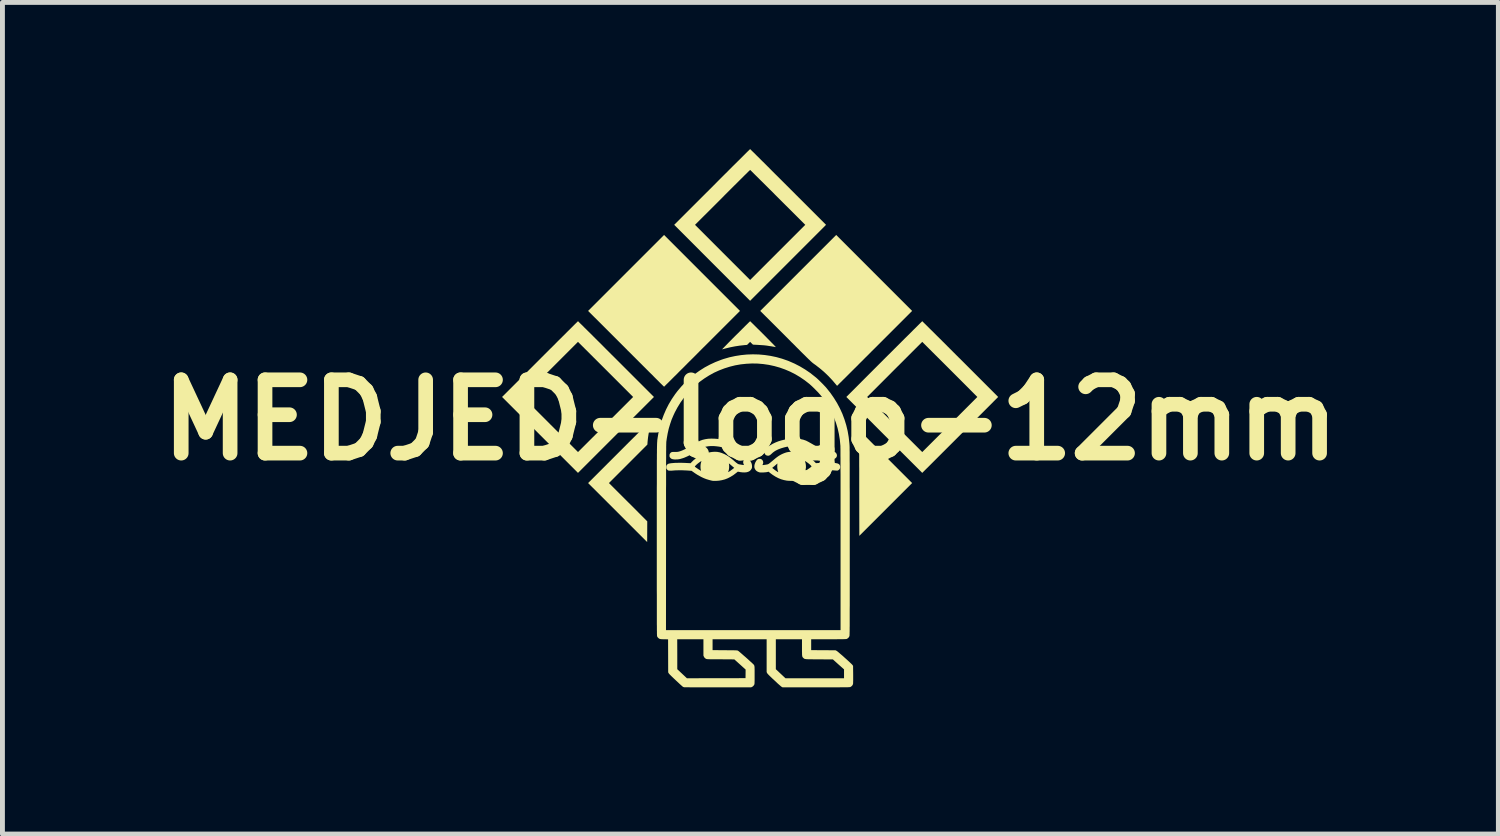
<source format=kicad_pcb>
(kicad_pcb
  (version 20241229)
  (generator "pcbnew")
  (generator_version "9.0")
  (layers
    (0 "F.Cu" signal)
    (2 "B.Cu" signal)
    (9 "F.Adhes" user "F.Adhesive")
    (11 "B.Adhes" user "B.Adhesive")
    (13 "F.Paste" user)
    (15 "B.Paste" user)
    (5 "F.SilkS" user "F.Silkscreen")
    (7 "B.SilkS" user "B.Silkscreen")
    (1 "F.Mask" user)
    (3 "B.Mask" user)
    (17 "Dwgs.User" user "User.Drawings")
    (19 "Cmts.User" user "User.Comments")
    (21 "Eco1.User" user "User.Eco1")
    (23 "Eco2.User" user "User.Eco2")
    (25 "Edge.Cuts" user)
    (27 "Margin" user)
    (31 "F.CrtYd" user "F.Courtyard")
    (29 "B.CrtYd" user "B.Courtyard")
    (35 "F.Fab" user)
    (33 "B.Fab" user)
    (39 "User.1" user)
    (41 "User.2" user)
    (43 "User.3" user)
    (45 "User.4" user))
  (footprint "MEDJED-logo-12mm"
    (layer "F.Cu")
    (at 12.3 5.541)
    (property "Reference" "MEDJED-logo-12mm" (at 0 0 0) (layer "F.SilkS") (effects (font (size 1.5 1.5) (thickness 0.3))))
    (attr board_only exclude_from_pos_files exclude_from_bom)
    (fp_poly (pts (xy -2.018 -0.006) (xy -2.02 0.004) (xy -2.024 0.018) (xy -2.028 0.032) (xy -2.044 0.092) (xy -2.059 0.156) (xy -2.072 0.223) (xy -2.084 0.291) (xy -2.094 0.357) (xy -2.101 0.42) (xy -2.105 0.463) (xy -2.107 0.502) (xy -2.5 0.896) (xy -2.894 1.29) (xy -2.502 1.681) (xy -2.11 2.073) (xy -2.111 2.285) (xy -2.112 2.497) (xy -2.716 1.893) (xy -3.32 1.29) (xy -2.669 0.639) (xy -2.61 0.58) (xy -2.551 0.521) (xy -2.495 0.465) (xy -2.441 0.411) (xy -2.388 0.359) (xy -2.338 0.309) (xy -2.291 0.262) (xy -2.247 0.218) (xy -2.206 0.177) (xy -2.168 0.139) (xy -2.134 0.105) (xy -2.104 0.075) (xy -2.078 0.049) (xy -2.056 0.028) (xy -2.039 0.011) (xy -2.026 -0.001) (xy -2.019 -0.008) (xy -2.017 -0.01)) (stroke (width 0) (type solid)) (fill yes) (layer "F.SilkS"))
    (fp_poly (pts (xy -0.99 -3.008) (xy -0.213 -2.231) (xy -0.989 -1.456) (xy -1.054 -1.391) (xy -1.117 -1.327) (xy -1.179 -1.265) (xy -1.24 -1.205) (xy -1.298 -1.147) (xy -1.353 -1.091) (xy -1.407 -1.038) (xy -1.457 -0.988) (xy -1.504 -0.94) (xy -1.549 -0.896) (xy -1.589 -0.856) (xy -1.626 -0.819) (xy -1.66 -0.785) (xy -1.689 -0.756) (xy -1.714 -0.732) (xy -1.734 -0.712) (xy -1.75 -0.696) (xy -1.76 -0.686) (xy -1.766 -0.681) (xy -1.766 -0.68) (xy -1.769 -0.683) (xy -1.777 -0.691) (xy -1.791 -0.704) (xy -1.809 -0.722) (xy -1.832 -0.744) (xy -1.859 -0.771) (xy -1.89 -0.803) (xy -1.926 -0.838) (xy -1.965 -0.877) (xy -2.007 -0.92) (xy -2.053 -0.965) (xy -2.102 -1.014) (xy -2.154 -1.066) (xy -2.209 -1.121) (xy -2.266 -1.178) (xy -2.325 -1.237) (xy -2.386 -1.298) (xy -2.449 -1.361) (xy -2.514 -1.425) (xy -2.544 -1.456) (xy -3.32 -2.231) (xy -2.543 -3.008) (xy -1.766 -3.785)) (stroke (width 0) (type solid)) (fill yes) (layer "F.SilkS"))
    (fp_poly (pts (xy 2.181 0.164) (xy 2.189 0.172) (xy 2.202 0.185) (xy 2.22 0.203) (xy 2.242 0.225) (xy 2.269 0.251) (xy 2.299 0.282) (xy 2.333 0.316) (xy 2.371 0.353) (xy 2.412 0.394) (xy 2.456 0.438) (xy 2.502 0.484) (xy 2.551 0.533) (xy 2.602 0.584) (xy 2.655 0.637) (xy 2.71 0.691) (xy 2.743 0.725) (xy 3.308 1.29) (xy 2.768 1.83) (xy 2.228 2.37) (xy 2.226 1.434) (xy 2.226 1.332) (xy 2.226 1.237) (xy 2.226 1.15) (xy 2.226 1.07) (xy 2.226 0.996) (xy 2.225 0.928) (xy 2.225 0.867) (xy 2.225 0.811) (xy 2.225 0.76) (xy 2.225 0.714) (xy 2.224 0.674) (xy 2.224 0.637) (xy 2.224 0.605) (xy 2.223 0.576) (xy 2.223 0.551) (xy 2.223 0.53) (xy 2.222 0.511) (xy 2.222 0.494) (xy 2.221 0.48) (xy 2.221 0.468) (xy 2.22 0.458) (xy 2.22 0.448) (xy 2.219 0.44) (xy 2.218 0.434) (xy 2.208 0.348) (xy 2.196 0.265) (xy 2.186 0.213) (xy 2.183 0.194) (xy 2.18 0.179) (xy 2.178 0.167) (xy 2.178 0.162) (xy 2.178 0.162)) (stroke (width 0) (type solid)) (fill yes) (layer "F.SilkS"))
    (fp_poly (pts (xy -3.524 -2.018) (xy -3.515 -2.01) (xy -3.502 -1.996) (xy -3.484 -1.978) (xy -3.461 -1.956) (xy -3.433 -1.929) (xy -3.402 -1.897) (xy -3.366 -1.862) (xy -3.327 -1.823) (xy -3.284 -1.781) (xy -3.238 -1.735) (xy -3.189 -1.686) (xy -3.137 -1.634) (xy -3.082 -1.58) (xy -3.025 -1.523) (xy -2.966 -1.463) (xy -2.905 -1.402) (xy -2.842 -1.339) (xy -2.777 -1.275) (xy -2.748 -1.246) (xy -1.973 -0.471) (xy -2.75 0.306) (xy -3.527 1.082) (xy -4.303 0.306) (xy -5.08 -0.471) (xy -5.08 -0.471) (xy -4.654 -0.471) (xy -4.09 0.093) (xy -3.527 0.656) (xy -2.963 0.093) (xy -2.399 -0.471) (xy -2.963 -1.035) (xy -3.527 -1.598) (xy -4.09 -1.035) (xy -4.654 -0.471) (xy -5.08 -0.471) (xy -4.305 -1.246) (xy -4.24 -1.311) (xy -4.177 -1.374) (xy -4.115 -1.436) (xy -4.054 -1.496) (xy -3.996 -1.554) (xy -3.941 -1.61) (xy -3.887 -1.663) (xy -3.837 -1.713) (xy -3.789 -1.76) (xy -3.745 -1.805) (xy -3.704 -1.845) (xy -3.667 -1.882) (xy -3.634 -1.915) (xy -3.605 -1.944) (xy -3.58 -1.969) (xy -3.559 -1.989) (xy -3.544 -2.004) (xy -3.533 -2.015) (xy -3.527 -2.02) (xy -3.527 -2.02)) (stroke (width 0) (type solid)) (fill yes) (layer "F.SilkS"))
    (fp_poly (pts (xy 3.518 -2.018) (xy 3.526 -2.01) (xy 3.54 -1.996) (xy 3.558 -1.978) (xy 3.581 -1.956) (xy 3.608 -1.929) (xy 3.64 -1.897) (xy 3.675 -1.862) (xy 3.715 -1.823) (xy 3.757 -1.781) (xy 3.803 -1.735) (xy 3.853 -1.686) (xy 3.905 -1.634) (xy 3.959 -1.58) (xy 4.016 -1.523) (xy 4.076 -1.463) (xy 4.137 -1.402) (xy 4.2 -1.339) (xy 4.264 -1.275) (xy 4.294 -1.246) (xy 5.068 -0.471) (xy 4.292 0.306) (xy 3.515 1.082) (xy 2.738 0.306) (xy 1.962 -0.471) (xy 1.962 -0.471) (xy 2.388 -0.471) (xy 2.951 0.093) (xy 3.515 0.656) (xy 4.079 0.093) (xy 4.642 -0.471) (xy 4.079 -1.035) (xy 3.515 -1.598) (xy 2.951 -1.035) (xy 2.388 -0.471) (xy 1.962 -0.471) (xy 2.736 -1.246) (xy 2.801 -1.311) (xy 2.865 -1.374) (xy 2.927 -1.436) (xy 2.987 -1.496) (xy 3.045 -1.554) (xy 3.101 -1.61) (xy 3.154 -1.663) (xy 3.205 -1.713) (xy 3.252 -1.76) (xy 3.297 -1.805) (xy 3.337 -1.845) (xy 3.375 -1.882) (xy 3.408 -1.915) (xy 3.437 -1.944) (xy 3.462 -1.969) (xy 3.482 -1.989) (xy 3.498 -2.004) (xy 3.509 -2.015) (xy 3.514 -2.02) (xy 3.515 -2.02)) (stroke (width 0) (type solid)) (fill yes) (layer "F.SilkS"))
    (fp_poly (pts (xy 2.531 -3.008) (xy 3.308 -2.231) (xy 2.542 -1.465) (xy 2.477 -1.401) (xy 2.414 -1.337) (xy 2.352 -1.276) (xy 2.293 -1.216) (xy 2.235 -1.159) (xy 2.18 -1.103) (xy 2.127 -1.051) (xy 2.077 -1.001) (xy 2.03 -0.954) (xy 1.986 -0.91) (xy 1.946 -0.87) (xy 1.909 -0.834) (xy 1.876 -0.801) (xy 1.848 -0.773) (xy 1.823 -0.749) (xy 1.804 -0.729) (xy 1.789 -0.714) (xy 1.779 -0.704) (xy 1.774 -0.7) (xy 1.774 -0.699) (xy 1.77 -0.702) (xy 1.763 -0.71) (xy 1.754 -0.721) (xy 1.748 -0.728) (xy 1.675 -0.814) (xy 1.596 -0.898) (xy 1.511 -0.979) (xy 1.422 -1.055) (xy 1.329 -1.127) (xy 1.299 -1.148) (xy 1.293 -1.153) (xy 1.287 -1.157) (xy 1.28 -1.162) (xy 1.273 -1.168) (xy 1.266 -1.174) (xy 1.257 -1.181) (xy 1.248 -1.19) (xy 1.236 -1.2) (xy 1.224 -1.212) (xy 1.209 -1.227) (xy 1.191 -1.243) (xy 1.172 -1.262) (xy 1.149 -1.284) (xy 1.124 -1.309) (xy 1.095 -1.338) (xy 1.063 -1.369) (xy 1.027 -1.405) (xy 0.988 -1.445) (xy 0.943 -1.489) (xy 0.895 -1.538) (xy 0.841 -1.591) (xy 0.783 -1.65) (xy 0.725 -1.708) (xy 0.201 -2.231) (xy 0.978 -3.008) (xy 1.755 -3.785)) (stroke (width 0) (type solid)) (fill yes) (layer "F.SilkS"))
    (fp_poly (pts (xy -0.003 -2.018) (xy 0.006 -2.01) (xy 0.019 -1.997) (xy 0.036 -1.98) (xy 0.058 -1.959) (xy 0.083 -1.934) (xy 0.111 -1.906) (xy 0.142 -1.875) (xy 0.176 -1.842) (xy 0.212 -1.806) (xy 0.249 -1.769) (xy 0.264 -1.754) (xy 0.314 -1.704) (xy 0.358 -1.659) (xy 0.397 -1.62) (xy 0.431 -1.585) (xy 0.46 -1.556) (xy 0.483 -1.532) (xy 0.5 -1.514) (xy 0.512 -1.5) (xy 0.519 -1.493) (xy 0.52 -1.49) (xy 0.52 -1.49) (xy 0.506 -1.493) (xy 0.486 -1.497) (xy 0.461 -1.501) (xy 0.435 -1.506) (xy 0.407 -1.51) (xy 0.38 -1.514) (xy 0.356 -1.518) (xy 0.336 -1.521) (xy 0.33 -1.522) (xy 0.277 -1.528) (xy 0.217 -1.532) (xy 0.152 -1.536) (xy 0.115 -1.538) (xy 0.052 -1.541) (xy 0.023 -1.569) (xy -0.006 -1.598) (xy -0.037 -1.567) (xy -0.068 -1.536) (xy -0.117 -1.532) (xy -0.218 -1.521) (xy -0.316 -1.506) (xy -0.413 -1.487) (xy -0.511 -1.463) (xy -0.579 -1.444) (xy -0.577 -1.446) (xy -0.571 -1.454) (xy -0.559 -1.466) (xy -0.543 -1.483) (xy -0.523 -1.504) (xy -0.499 -1.528) (xy -0.472 -1.556) (xy -0.442 -1.587) (xy -0.408 -1.621) (xy -0.373 -1.657) (xy -0.335 -1.695) (xy -0.299 -1.731) (xy -0.259 -1.77) (xy -0.221 -1.808) (xy -0.185 -1.844) (xy -0.151 -1.878) (xy -0.12 -1.909) (xy -0.092 -1.937) (xy -0.067 -1.961) (xy -0.046 -1.982) (xy -0.029 -1.999) (xy -0.016 -2.011) (xy -0.008 -2.018) (xy -0.006 -2.02)) (stroke (width 0) (type solid)) (fill yes) (layer "F.SilkS"))
    (fp_poly (pts (xy -0.003 -5.538) (xy 0.006 -5.53) (xy 0.019 -5.517) (xy 0.037 -5.499) (xy 0.06 -5.477) (xy 0.088 -5.45) (xy 0.119 -5.418) (xy 0.155 -5.383) (xy 0.194 -5.344) (xy 0.237 -5.301) (xy 0.283 -5.256) (xy 0.332 -5.207) (xy 0.384 -5.155) (xy 0.438 -5.1) (xy 0.495 -5.043) (xy 0.555 -4.984) (xy 0.616 -4.923) (xy 0.679 -4.86) (xy 0.743 -4.796) (xy 0.773 -4.766) (xy 1.547 -3.992) (xy 0.771 -3.215) (xy -0.006 -2.438) (xy -0.783 -3.215) (xy -1.559 -3.992) (xy -1.559 -3.992) (xy -1.133 -3.992) (xy -0.57 -3.428) (xy -0.006 -2.864) (xy 0.558 -3.428) (xy 1.122 -3.992) (xy 0.56 -4.553) (xy 0.504 -4.609) (xy 0.451 -4.663) (xy 0.398 -4.715) (xy 0.348 -4.765) (xy 0.3 -4.813) (xy 0.255 -4.858) (xy 0.212 -4.9) (xy 0.172 -4.94) (xy 0.136 -4.976) (xy 0.103 -5.008) (xy 0.074 -5.037) (xy 0.049 -5.062) (xy 0.029 -5.082) (xy 0.013 -5.098) (xy 0.001 -5.109) (xy -0.005 -5.114) (xy -0.006 -5.115) (xy -0.009 -5.112) (xy -0.017 -5.104) (xy -0.031 -5.091) (xy -0.049 -5.074) (xy -0.071 -5.051) (xy -0.098 -5.025) (xy -0.129 -4.995) (xy -0.163 -4.96) (xy -0.201 -4.923) (xy -0.242 -4.882) (xy -0.286 -4.838) (xy -0.333 -4.792) (xy -0.382 -4.743) (xy -0.433 -4.692) (xy -0.486 -4.639) (xy -0.54 -4.585) (xy -0.571 -4.553) (xy -1.133 -3.992) (xy -1.559 -3.992) (xy -0.784 -4.766) (xy -0.719 -4.831) (xy -0.656 -4.895) (xy -0.594 -4.957) (xy -0.534 -5.017) (xy -0.475 -5.075) (xy -0.42 -5.131) (xy -0.367 -5.184) (xy -0.316 -5.234) (xy -0.269 -5.281) (xy -0.224 -5.325) (xy -0.183 -5.366) (xy -0.146 -5.403) (xy -0.113 -5.436) (xy -0.084 -5.465) (xy -0.059 -5.49) (xy -0.038 -5.51) (xy -0.023 -5.525) (xy -0.012 -5.535) (xy -0.007 -5.541) (xy -0.006 -5.541)) (stroke (width 0) (type solid)) (fill yes) (layer "F.SilkS"))
    (fp_poly (pts (xy -0.74 0.382) (xy -0.674 0.387) (xy -0.608 0.397) (xy -0.542 0.411) (xy -0.478 0.429) (xy -0.416 0.452) (xy -0.358 0.477) (xy -0.327 0.494) (xy -0.296 0.514) (xy -0.266 0.534) (xy -0.239 0.555) (xy -0.216 0.576) (xy -0.197 0.595) (xy -0.183 0.613) (xy -0.176 0.628) (xy -0.172 0.651) (xy -0.175 0.674) (xy -0.184 0.694) (xy -0.198 0.711) (xy -0.218 0.723) (xy -0.237 0.729) (xy -0.254 0.73) (xy -0.27 0.725) (xy -0.287 0.716) (xy -0.306 0.701) (xy -0.316 0.691) (xy -0.355 0.658) (xy -0.397 0.63) (xy -0.444 0.605) (xy -0.475 0.592) (xy -0.528 0.573) (xy -0.584 0.557) (xy -0.641 0.545) (xy -0.698 0.538) (xy -0.754 0.533) (xy -0.808 0.533) (xy -0.859 0.537) (xy -0.906 0.545) (xy -0.948 0.557) (xy -0.971 0.566) (xy -0.981 0.571) (xy -0.996 0.579) (xy -1.015 0.59) (xy -1.038 0.603) (xy -1.063 0.618) (xy -1.089 0.633) (xy -1.09 0.634) (xy -1.141 0.663) (xy -1.185 0.689) (xy -1.225 0.711) (xy -1.261 0.73) (xy -1.294 0.746) (xy -1.324 0.759) (xy -1.352 0.771) (xy -1.38 0.781) (xy -1.408 0.789) (xy -1.43 0.796) (xy -1.459 0.802) (xy -1.491 0.806) (xy -1.524 0.807) (xy -1.554 0.807) (xy -1.58 0.804) (xy -1.587 0.803) (xy -1.606 0.797) (xy -1.621 0.79) (xy -1.634 0.779) (xy -1.643 0.768) (xy -1.65 0.759) (xy -1.653 0.751) (xy -1.655 0.74) (xy -1.655 0.727) (xy -1.654 0.711) (xy -1.652 0.7) (xy -1.647 0.69) (xy -1.644 0.685) (xy -1.629 0.667) (xy -1.61 0.657) (xy -1.587 0.653) (xy -1.575 0.653) (xy -1.539 0.654) (xy -1.509 0.653) (xy -1.483 0.651) (xy -1.461 0.646) (xy -1.456 0.645) (xy -1.431 0.637) (xy -1.404 0.627) (xy -1.376 0.615) (xy -1.344 0.6) (xy -1.309 0.583) (xy -1.271 0.562) (xy -1.227 0.537) (xy -1.178 0.508) (xy -1.161 0.498) (xy -1.134 0.482) (xy -1.107 0.467) (xy -1.082 0.453) (xy -1.06 0.441) (xy -1.042 0.431) (xy -1.03 0.425) (xy -1.028 0.424) (xy -0.979 0.406) (xy -0.924 0.393) (xy -0.866 0.384) (xy -0.804 0.381)) (stroke (width 0) (type solid)) (fill yes) (layer "F.SilkS"))
    (fp_poly (pts (xy 0.966 0.383) (xy 1.026 0.391) (xy 1.082 0.403) (xy 1.131 0.42) (xy 1.143 0.425) (xy 1.16 0.434) (xy 1.182 0.445) (xy 1.207 0.459) (xy 1.234 0.474) (xy 1.262 0.49) (xy 1.271 0.495) (xy 1.319 0.523) (xy 1.362 0.548) (xy 1.399 0.568) (xy 1.432 0.586) (xy 1.461 0.601) (xy 1.487 0.613) (xy 1.511 0.623) (xy 1.534 0.631) (xy 1.556 0.638) (xy 1.574 0.643) (xy 1.591 0.648) (xy 1.605 0.65) (xy 1.619 0.652) (xy 1.634 0.652) (xy 1.654 0.651) (xy 1.661 0.651) (xy 1.685 0.65) (xy 1.704 0.65) (xy 1.717 0.652) (xy 1.728 0.656) (xy 1.737 0.662) (xy 1.746 0.669) (xy 1.76 0.688) (xy 1.768 0.709) (xy 1.77 0.73) (xy 1.765 0.751) (xy 1.754 0.77) (xy 1.736 0.785) (xy 1.736 0.786) (xy 1.717 0.794) (xy 1.692 0.801) (xy 1.662 0.804) (xy 1.63 0.805) (xy 1.596 0.803) (xy 1.563 0.797) (xy 1.561 0.797) (xy 1.527 0.788) (xy 1.489 0.776) (xy 1.449 0.761) (xy 1.406 0.742) (xy 1.358 0.719) (xy 1.306 0.691) (xy 1.249 0.659) (xy 1.195 0.628) (xy 1.163 0.609) (xy 1.137 0.594) (xy 1.116 0.582) (xy 1.098 0.573) (xy 1.083 0.565) (xy 1.071 0.56) (xy 1.058 0.555) (xy 1.046 0.551) (xy 1.033 0.548) (xy 1.031 0.547) (xy 0.981 0.538) (xy 0.927 0.533) (xy 0.869 0.534) (xy 0.81 0.538) (xy 0.749 0.547) (xy 0.689 0.561) (xy 0.631 0.578) (xy 0.575 0.599) (xy 0.553 0.609) (xy 0.517 0.627) (xy 0.487 0.646) (xy 0.459 0.667) (xy 0.434 0.69) (xy 0.416 0.706) (xy 0.401 0.718) (xy 0.388 0.725) (xy 0.376 0.729) (xy 0.363 0.731) (xy 0.359 0.731) (xy 0.336 0.727) (xy 0.317 0.718) (xy 0.301 0.703) (xy 0.291 0.685) (xy 0.285 0.664) (xy 0.286 0.642) (xy 0.293 0.622) (xy 0.3 0.611) (xy 0.313 0.596) (xy 0.329 0.58) (xy 0.348 0.562) (xy 0.368 0.545) (xy 0.388 0.529) (xy 0.405 0.518) (xy 0.458 0.486) (xy 0.515 0.459) (xy 0.576 0.435) (xy 0.64 0.416) (xy 0.706 0.4) (xy 0.772 0.389) (xy 0.838 0.383) (xy 0.903 0.381)) (stroke (width 0) (type solid)) (fill yes) (layer "F.SilkS"))
    (fp_poly (pts (xy -0.682 0.652) (xy -0.676 0.653) (xy -0.631 0.661) (xy -0.584 0.676) (xy -0.536 0.696) (xy -0.489 0.72) (xy -0.449 0.745) (xy -0.417 0.768) (xy -0.382 0.796) (xy -0.344 0.827) (xy -0.33 0.84) (xy -0.315 0.853) (xy -0.298 0.867) (xy -0.281 0.881) (xy -0.278 0.882) (xy -0.264 0.893) (xy -0.252 0.9) (xy -0.24 0.905) (xy -0.225 0.908) (xy -0.22 0.909) (xy -0.191 0.914) (xy -0.167 0.918) (xy -0.149 0.92) (xy -0.138 0.921) (xy -0.134 0.92) (xy -0.134 0.916) (xy -0.137 0.907) (xy -0.14 0.901) (xy -0.147 0.879) (xy -0.148 0.857) (xy -0.142 0.835) (xy -0.13 0.817) (xy -0.114 0.802) (xy -0.095 0.793) (xy -0.078 0.79) (xy -0.063 0.791) (xy -0.047 0.796) (xy -0.04 0.799) (xy -0.028 0.807) (xy -0.018 0.816) (xy -0.008 0.829) (xy -0.004 0.835) (xy 0.013 0.865) (xy 0.025 0.893) (xy 0.031 0.92) (xy 0.033 0.946) (xy 0.033 0.964) (xy 0.031 0.978) (xy 0.028 0.989) (xy 0.024 0.997) (xy 0.007 1.023) (xy -0.015 1.044) (xy -0.043 1.059) (xy -0.077 1.069) (xy -0.116 1.073) (xy -0.16 1.072) (xy -0.21 1.066) (xy -0.221 1.063) (xy -0.257 1.057) (xy -0.288 1.081) (xy -0.347 1.126) (xy -0.405 1.162) (xy -0.463 1.192) (xy -0.522 1.215) (xy -0.583 1.231) (xy -0.641 1.241) (xy -0.666 1.243) (xy -0.693 1.245) (xy -0.719 1.246) (xy -0.743 1.246) (xy -0.763 1.245) (xy -0.774 1.244) (xy -0.789 1.241) (xy -0.81 1.236) (xy -0.833 1.23) (xy -0.858 1.223) (xy -0.881 1.216) (xy -0.901 1.21) (xy -0.909 1.207) (xy -0.95 1.191) (xy -0.994 1.171) (xy -1.041 1.146) (xy -1.088 1.119) (xy -1.133 1.09) (xy -1.168 1.065) (xy -0.455 1.065) (xy -0.451 1.065) (xy -0.444 1.061) (xy -0.431 1.053) (xy -0.421 1.047) (xy -0.407 1.037) (xy -0.39 1.024) (xy -0.372 1.011) (xy -0.364 1.005) (xy -0.331 0.979) (xy -0.348 0.965) (xy -0.358 0.957) (xy -0.372 0.945) (xy -0.387 0.932) (xy -0.402 0.919) (xy -0.416 0.907) (xy -0.428 0.897) (xy -0.436 0.891) (xy -0.44 0.888) (xy -0.44 0.888) (xy -0.44 0.892) (xy -0.439 0.901) (xy -0.437 0.909) (xy -0.435 0.94) (xy -0.435 0.974) (xy -0.439 1.007) (xy -0.446 1.038) (xy -0.452 1.053) (xy -0.455 1.061) (xy -0.455 1.065) (xy -1.168 1.065) (xy -1.173 1.062) (xy -1.203 1.04) (xy -1.257 1.036) (xy -1.3 1.033) (xy -1.345 1.031) (xy -1.391 1.029) (xy -1.435 1.029) (xy -1.478 1.029) (xy -1.516 1.03) (xy -1.548 1.031) (xy -1.555 1.032) (xy -1.579 1.034) (xy -1.603 1.036) (xy -1.625 1.037) (xy -1.642 1.037) (xy -1.646 1.037) (xy -1.665 1.037) (xy -1.679 1.033) (xy -1.691 1.027) (xy -1.703 1.015) (xy -1.709 1.007) (xy -1.716 0.998) (xy -1.72 0.989) (xy -1.721 0.979) (xy -1.721 0.965) (xy -1.721 0.951) (xy -1.137 0.951) (xy -1.134 0.956) (xy -1.127 0.963) (xy -1.126 0.964) (xy -1.118 0.97) (xy -1.105 0.979) (xy -1.09 0.989) (xy -1.073 1.001) (xy -1.056 1.012) (xy -1.04 1.022) (xy -1.027 1.031) (xy -1.017 1.037) (xy -1.012 1.039) (xy -1.012 1.039) (xy -1.011 1.036) (xy -1.012 1.028) (xy -1.013 1.027) (xy -1.019 0.997) (xy -1.021 0.963) (xy -1.02 0.927) (xy -1.016 0.893) (xy -1.008 0.864) (xy -1.005 0.852) (xy -1.002 0.844) (xy -1.002 0.841) (xy -1.006 0.842) (xy -1.015 0.847) (xy -1.027 0.855) (xy -1.038 0.862) (xy -1.053 0.873) (xy -1.069 0.885) (xy -1.086 0.899) (xy -1.102 0.913) (xy -1.116 0.927) (xy -1.127 0.938) (xy -1.135 0.947) (xy -1.137 0.951) (xy -1.721 0.951) (xy -1.721 0.95) (xy -1.719 0.939) (xy -1.715 0.93) (xy -1.71 0.922) (xy -1.7 0.91) (xy -1.688 0.901) (xy -1.683 0.898) (xy -1.669 0.893) (xy -1.647 0.888) (xy -1.62 0.884) (xy -1.586 0.881) (xy -1.549 0.878) (xy -1.507 0.877) (xy -1.463 0.876) (xy -1.416 0.876) (xy -1.368 0.877) (xy -1.322 0.879) (xy -1.224 0.884) (xy -1.199 0.858) (xy -1.159 0.819) (xy -1.113 0.784) (xy -1.064 0.751) (xy -1.011 0.723) (xy -0.955 0.698) (xy -0.899 0.678) (xy -0.842 0.663) (xy -0.787 0.654) (xy -0.733 0.65)) (stroke (width 0) (type solid)) (fill yes) (layer "F.SilkS"))
    (fp_poly (pts (xy 0.905 0.655) (xy 0.966 0.665) (xy 1.027 0.683) (xy 1.09 0.707) (xy 1.117 0.719) (xy 1.17 0.747) (xy 1.217 0.775) (xy 1.259 0.807) (xy 1.299 0.842) (xy 1.309 0.852) (xy 1.34 0.883) (xy 1.404 0.879) (xy 1.426 0.878) (xy 1.453 0.876) (xy 1.485 0.876) (xy 1.519 0.875) (xy 1.553 0.874) (xy 1.577 0.874) (xy 1.628 0.875) (xy 1.673 0.876) (xy 1.71 0.878) (xy 1.742 0.881) (xy 1.767 0.886) (xy 1.788 0.891) (xy 1.803 0.898) (xy 1.814 0.906) (xy 1.818 0.909) (xy 1.83 0.929) (xy 1.836 0.953) (xy 1.837 0.961) (xy 1.833 0.986) (xy 1.823 1.006) (xy 1.807 1.022) (xy 1.796 1.029) (xy 1.792 1.031) (xy 1.788 1.033) (xy 1.784 1.034) (xy 1.779 1.035) (xy 1.772 1.035) (xy 1.762 1.035) (xy 1.748 1.034) (xy 1.73 1.033) (xy 1.706 1.031) (xy 1.676 1.029) (xy 1.653 1.028) (xy 1.616 1.026) (xy 1.573 1.026) (xy 1.522 1.026) (xy 1.465 1.028) (xy 1.402 1.032) (xy 1.359 1.034) (xy 1.321 1.037) (xy 1.271 1.072) (xy 1.216 1.11) (xy 1.165 1.141) (xy 1.114 1.168) (xy 1.062 1.191) (xy 1.008 1.212) (xy 0.95 1.23) (xy 0.929 1.235) (xy 0.913 1.239) (xy 0.897 1.242) (xy 0.881 1.243) (xy 0.861 1.244) (xy 0.842 1.245) (xy 0.813 1.245) (xy 0.785 1.244) (xy 0.76 1.242) (xy 0.746 1.241) (xy 0.685 1.229) (xy 0.626 1.212) (xy 0.568 1.188) (xy 0.511 1.158) (xy 0.453 1.121) (xy 0.407 1.087) (xy 0.371 1.058) (xy 0.343 1.065) (xy 0.327 1.068) (xy 0.306 1.07) (xy 0.282 1.072) (xy 0.258 1.074) (xy 0.258 1.074) (xy 0.233 1.074) (xy 0.215 1.074) (xy 0.201 1.073) (xy 0.189 1.072) (xy 0.178 1.069) (xy 0.178 1.069) (xy 0.148 1.057) (xy 0.124 1.042) (xy 0.105 1.023) (xy 0.09 0.997) (xy 0.084 0.979) (xy 0.445 0.979) (xy 0.473 1.002) (xy 0.487 1.013) (xy 0.503 1.025) (xy 0.52 1.037) (xy 0.536 1.048) (xy 0.55 1.057) (xy 0.561 1.064) (xy 0.567 1.067) (xy 0.568 1.067) (xy 0.569 1.064) (xy 0.568 1.06) (xy 0.56 1.037) (xy 0.554 1.009) (xy 0.55 0.978) (xy 0.549 0.949) (xy 0.55 0.922) (xy 0.55 0.918) (xy 0.552 0.905) (xy 0.553 0.896) (xy 0.553 0.891) (xy 0.549 0.893) (xy 0.541 0.9) (xy 0.53 0.909) (xy 0.515 0.922) (xy 0.507 0.929) (xy 0.491 0.943) (xy 0.476 0.955) (xy 0.464 0.965) (xy 0.456 0.972) (xy 0.454 0.973) (xy 0.445 0.979) (xy 0.084 0.979) (xy 0.081 0.969) (xy 0.081 0.938) (xy 0.087 0.905) (xy 0.1 0.87) (xy 0.115 0.843) (xy 0.129 0.822) (xy 0.143 0.808) (xy 0.158 0.799) (xy 0.176 0.796) (xy 0.188 0.795) (xy 0.203 0.796) (xy 0.214 0.798) (xy 0.224 0.803) (xy 0.229 0.806) (xy 0.246 0.822) (xy 0.257 0.842) (xy 0.262 0.865) (xy 0.26 0.888) (xy 0.254 0.905) (xy 0.249 0.914) (xy 0.246 0.921) (xy 0.246 0.922) (xy 0.25 0.922) (xy 0.26 0.922) (xy 0.274 0.92) (xy 0.292 0.918) (xy 0.312 0.915) (xy 0.328 0.912) (xy 0.346 0.909) (xy 0.359 0.905) (xy 0.37 0.9) (xy 0.381 0.892) (xy 0.393 0.884) (xy 0.406 0.873) (xy 0.423 0.859) (xy 0.442 0.843) (xy 1.117 0.843) (xy 1.119 0.852) (xy 1.122 0.862) (xy 1.131 0.897) (xy 1.135 0.934) (xy 1.136 0.97) (xy 1.134 0.986) (xy 1.131 1.002) (xy 1.129 1.017) (xy 1.127 1.028) (xy 1.127 1.029) (xy 1.124 1.041) (xy 1.141 1.03) (xy 1.151 1.024) (xy 1.165 1.015) (xy 1.182 1.003) (xy 1.2 0.991) (xy 1.205 0.988) (xy 1.221 0.976) (xy 1.235 0.965) (xy 1.245 0.957) (xy 1.25 0.952) (xy 1.25 0.951) (xy 1.247 0.944) (xy 1.239 0.933) (xy 1.225 0.919) (xy 1.208 0.904) (xy 1.2 0.897) (xy 1.186 0.886) (xy 1.171 0.875) (xy 1.155 0.863) (xy 1.14 0.853) (xy 1.128 0.846) (xy 1.12 0.841) (xy 1.117 0.84) (xy 1.117 0.843) (xy 0.442 0.843) (xy 0.443 0.843) (xy 0.462 0.826) (xy 0.471 0.819) (xy 0.51 0.786) (xy 0.545 0.759) (xy 0.579 0.735) (xy 0.611 0.716) (xy 0.645 0.698) (xy 0.68 0.683) (xy 0.682 0.682) (xy 0.715 0.67) (xy 0.744 0.661) (xy 0.771 0.656) (xy 0.801 0.652) (xy 0.834 0.651) (xy 0.844 0.651)) (stroke (width 0) (type solid)) (fill yes) (layer "F.SilkS"))
    (fp_poly (pts (xy 0.172 -1.34) (xy 0.293 -1.329) (xy 0.413 -1.311) (xy 0.532 -1.286) (xy 0.649 -1.253) (xy 0.764 -1.213) (xy 0.787 -1.204) (xy 0.901 -1.154) (xy 1.012 -1.097) (xy 1.119 -1.033) (xy 1.222 -0.963) (xy 1.321 -0.885) (xy 1.341 -0.869) (xy 1.365 -0.848) (xy 1.393 -0.822) (xy 1.423 -0.793) (xy 1.454 -0.762) (xy 1.485 -0.731) (xy 1.513 -0.701) (xy 1.539 -0.674) (xy 1.557 -0.653) (xy 1.636 -0.554) (xy 1.707 -0.452) (xy 1.772 -0.347) (xy 1.83 -0.238) (xy 1.881 -0.127) (xy 1.924 -0.012) (xy 1.96 0.105) (xy 1.989 0.225) (xy 2.01 0.348) (xy 2.024 0.473) (xy 2.028 0.528) (xy 2.028 0.538) (xy 2.029 0.556) (xy 2.029 0.582) (xy 2.029 0.616) (xy 2.03 0.657) (xy 2.03 0.706) (xy 2.03 0.762) (xy 2.03 0.827) (xy 2.031 0.898) (xy 2.031 0.977) (xy 2.031 1.064) (xy 2.031 1.158) (xy 2.031 1.26) (xy 2.031 1.368) (xy 2.032 1.485) (xy 2.032 1.608) (xy 2.032 1.739) (xy 2.032 1.877) (xy 2.032 2.022) (xy 2.032 2.175) (xy 2.032 2.334) (xy 2.032 2.499) (xy 2.032 2.646) (xy 2.032 2.784) (xy 2.032 2.916) (xy 2.032 3.04) (xy 2.032 3.157) (xy 2.032 3.268) (xy 2.032 3.371) (xy 2.032 3.469) (xy 2.032 3.56) (xy 2.032 3.645) (xy 2.032 3.724) (xy 2.032 3.798) (xy 2.031 3.867) (xy 2.031 3.93) (xy 2.031 3.988) (xy 2.031 4.042) (xy 2.031 4.091) (xy 2.031 4.135) (xy 2.031 4.176) (xy 2.031 4.212) (xy 2.03 4.245) (xy 2.03 4.274) (xy 2.03 4.299) (xy 2.03 4.322) (xy 2.029 4.342) (xy 2.029 4.359) (xy 2.029 4.373) (xy 2.028 4.385) (xy 2.028 4.395) (xy 2.028 4.403) (xy 2.027 4.409) (xy 2.027 4.413) (xy 2.026 4.417) (xy 2.026 4.419) (xy 2.026 4.419) (xy 2.016 4.441) (xy 1.999 4.46) (xy 1.978 4.475) (xy 1.975 4.476) (xy 1.972 4.478) (xy 1.969 4.479) (xy 1.965 4.48) (xy 1.959 4.481) (xy 1.952 4.482) (xy 1.942 4.482) (xy 1.929 4.483) (xy 1.913 4.483) (xy 1.893 4.484) (xy 1.869 4.484) (xy 1.84 4.484) (xy 1.806 4.484) (xy 1.766 4.485) (xy 1.719 4.485) (xy 1.666 4.485) (xy 1.605 4.485) (xy 1.601 4.485) (xy 1.243 4.486) (xy 1.243 4.597) (xy 1.243 4.708) (xy 1.492 4.709) (xy 1.741 4.711) (xy 1.761 4.721) (xy 1.769 4.725) (xy 1.781 4.735) (xy 1.797 4.748) (xy 1.817 4.765) (xy 1.84 4.785) (xy 1.866 4.807) (xy 1.893 4.83) (xy 1.92 4.855) (xy 1.948 4.88) (xy 1.975 4.904) (xy 2.001 4.928) (xy 2.025 4.95) (xy 2.046 4.97) (xy 2.064 4.987) (xy 2.078 5.001) (xy 2.087 5.011) (xy 2.09 5.014) (xy 2.1 5.031) (xy 2.102 5.209) (xy 2.102 5.256) (xy 2.102 5.296) (xy 2.102 5.329) (xy 2.101 5.355) (xy 2.101 5.376) (xy 2.1 5.391) (xy 2.099 5.4) (xy 2.098 5.403) (xy 2.09 5.422) (xy 2.076 5.44) (xy 2.058 5.454) (xy 2.045 5.462) (xy 2.042 5.463) (xy 2.039 5.463) (xy 2.035 5.464) (xy 2.03 5.465) (xy 2.023 5.465) (xy 2.014 5.466) (xy 2.003 5.466) (xy 1.99 5.467) (xy 1.973 5.467) (xy 1.953 5.468) (xy 1.929 5.468) (xy 1.902 5.468) (xy 1.87 5.468) (xy 1.833 5.468) (xy 1.791 5.469) (xy 1.744 5.469) (xy 1.691 5.469) (xy 1.632 5.469) (xy 1.566 5.469) (xy 1.494 5.469) (xy 1.414 5.469) (xy 1.342 5.469) (xy 0.658 5.469) (xy 0.64 5.459) (xy 0.632 5.454) (xy 0.62 5.444) (xy 0.603 5.429) (xy 0.581 5.41) (xy 0.556 5.388) (xy 0.528 5.361) (xy 0.497 5.332) (xy 0.486 5.322) (xy 0.453 5.292) (xy 0.426 5.266) (xy 0.403 5.244) (xy 0.385 5.226) (xy 0.371 5.212) (xy 0.36 5.2) (xy 0.352 5.191) (xy 0.346 5.184) (xy 0.343 5.178) (xy 0.341 5.176) (xy 0.332 5.156) (xy 0.332 4.821) (xy 0.332 4.486) (xy 0.52 4.486) (xy 0.52 4.792) (xy 0.52 5.098) (xy 0.618 5.19) (xy 0.717 5.283) (xy 1.316 5.283) (xy 1.915 5.283) (xy 1.915 5.192) (xy 1.915 5.101) (xy 1.801 5) (xy 1.688 4.898) (xy 1.408 4.896) (xy 1.353 4.896) (xy 1.305 4.896) (xy 1.263 4.895) (xy 1.228 4.895) (xy 1.199 4.894) (xy 1.175 4.894) (xy 1.155 4.893) (xy 1.138 4.892) (xy 1.126 4.89) (xy 1.116 4.888) (xy 1.108 4.886) (xy 1.102 4.883) (xy 1.096 4.88) (xy 1.092 4.876) (xy 1.087 4.872) (xy 1.083 4.868) (xy 1.077 4.862) (xy 1.071 4.856) (xy 1.067 4.85) (xy 1.063 4.843) (xy 1.061 4.834) (xy 1.059 4.823) (xy 1.057 4.808) (xy 1.056 4.79) (xy 1.056 4.766) (xy 1.055 4.737) (xy 1.055 4.702) (xy 1.055 4.66) (xy 1.055 4.655) (xy 1.055 4.486) (xy 0.787 4.486) (xy 0.52 4.486) (xy 0.332 4.486) (xy -0.221 4.486) (xy -0.774 4.486) (xy -0.774 4.597) (xy -0.774 4.708) (xy -0.523 4.709) (xy -0.472 4.71) (xy -0.429 4.71) (xy -0.392 4.71) (xy -0.362 4.711) (xy -0.336 4.711) (xy -0.316 4.712) (xy -0.3 4.712) (xy -0.287 4.713) (xy -0.277 4.713) (xy -0.27 4.714) (xy -0.265 4.716) (xy -0.26 4.717) (xy -0.257 4.718) (xy -0.254 4.72) (xy -0.248 4.724) (xy -0.237 4.732) (xy -0.222 4.745) (xy -0.203 4.761) (xy -0.181 4.78) (xy -0.157 4.801) (xy -0.131 4.824) (xy -0.104 4.847) (xy -0.077 4.871) (xy -0.05 4.895) (xy -0.025 4.918) (xy -0.001 4.94) (xy 0.021 4.959) (xy 0.039 4.976) (xy 0.053 4.99) (xy 0.063 4.999) (xy 0.067 5.004) (xy 0.071 5.009) (xy 0.075 5.015) (xy 0.078 5.021) (xy 0.08 5.028) (xy 0.082 5.037) (xy 0.084 5.05) (xy 0.085 5.065) (xy 0.085 5.085) (xy 0.086 5.109) (xy 0.086 5.14) (xy 0.086 5.176) (xy 0.086 5.22) (xy 0.086 5.262) (xy 0.086 5.297) (xy 0.086 5.326) (xy 0.085 5.349) (xy 0.085 5.368) (xy 0.084 5.382) (xy 0.084 5.393) (xy 0.083 5.4) (xy 0.081 5.406) (xy 0.08 5.411) (xy 0.079 5.414) (xy 0.064 5.436) (xy 0.044 5.454) (xy 0.031 5.461) (xy 0.014 5.469) (xy -0.662 5.469) (xy -0.735 5.469) (xy -0.805 5.469) (xy -0.873 5.469) (xy -0.938 5.469) (xy -1 5.469) (xy -1.059 5.469) (xy -1.113 5.469) (xy -1.163 5.469) (xy -1.208 5.469) (xy -1.248 5.468) (xy -1.283 5.468) (xy -1.311 5.468) (xy -1.332 5.467) (xy -1.347 5.467) (xy -1.355 5.467) (xy -1.355 5.467) (xy -1.369 5.463) (xy -1.381 5.458) (xy -1.383 5.456) (xy -1.388 5.452) (xy -1.398 5.443) (xy -1.413 5.43) (xy -1.431 5.414) (xy -1.453 5.394) (xy -1.477 5.371) (xy -1.503 5.347) (xy -1.53 5.322) (xy -1.564 5.29) (xy -1.593 5.262) (xy -1.617 5.239) (xy -1.636 5.22) (xy -1.651 5.205) (xy -1.662 5.193) (xy -1.669 5.184) (xy -1.673 5.178) (xy -1.674 5.178) (xy -1.682 5.16) (xy -1.683 4.823) (xy -1.684 4.487) (xy -1.724 4.486) (xy -1.497 4.486) (xy -1.496 4.792) (xy -1.496 5.098) (xy -1.398 5.19) (xy -1.299 5.283) (xy -0.699 5.282) (xy -0.1 5.281) (xy -0.099 5.193) (xy -0.098 5.105) (xy -0.213 5.001) (xy -0.329 4.897) (xy -0.609 4.895) (xy -0.663 4.895) (xy -0.709 4.895) (xy -0.749 4.895) (xy -0.783 4.895) (xy -0.811 4.894) (xy -0.834 4.894) (xy -0.853 4.893) (xy -0.868 4.893) (xy -0.879 4.892) (xy -0.888 4.891) (xy -0.894 4.89) (xy -0.899 4.889) (xy -0.903 4.888) (xy -0.905 4.887) (xy -0.927 4.874) (xy -0.944 4.855) (xy -0.952 4.84) (xy -0.961 4.82) (xy -0.961 4.653) (xy -0.961 4.486) (xy -1.229 4.486) (xy -1.497 4.486) (xy -1.724 4.486) (xy -1.763 4.485) (xy -1.792 4.485) (xy -1.814 4.484) (xy -1.83 4.483) (xy -1.842 4.481) (xy -1.851 4.479) (xy -1.858 4.477) (xy -1.879 4.464) (xy -1.896 4.447) (xy -1.907 4.429) (xy -1.908 4.428) (xy -1.908 4.426) (xy -1.909 4.424) (xy -1.909 4.421) (xy -1.91 4.417) (xy -1.91 4.411) (xy -1.911 4.405) (xy -1.911 4.396) (xy -1.911 4.386) (xy -1.912 4.374) (xy -1.912 4.359) (xy -1.912 4.343) (xy -1.912 4.323) (xy -1.913 4.301) (xy -1.913 4.298) (xy -1.727 4.298) (xy 0.059 4.298) (xy 1.844 4.298) (xy 1.844 2.441) (xy 1.844 2.273) (xy 1.844 2.113) (xy 1.844 1.96) (xy 1.844 1.815) (xy 1.844 1.677) (xy 1.844 1.547) (xy 1.844 1.425) (xy 1.844 1.31) (xy 1.844 1.204) (xy 1.844 1.105) (xy 1.843 1.013) (xy 1.843 0.93) (xy 1.843 0.854) (xy 1.843 0.785) (xy 1.842 0.725) (xy 1.842 0.672) (xy 1.842 0.627) (xy 1.842 0.59) (xy 1.841 0.561) (xy 1.841 0.539) (xy 1.841 0.526) (xy 1.84 0.522) (xy 1.829 0.402) (xy 1.81 0.285) (xy 1.784 0.17) (xy 1.75 0.058) (xy 1.709 -0.051) (xy 1.661 -0.157) (xy 1.605 -0.261) (xy 1.543 -0.361) (xy 1.473 -0.459) (xy 1.426 -0.518) (xy 1.41 -0.536) (xy 1.39 -0.559) (xy 1.366 -0.584) (xy 1.339 -0.611) (xy 1.312 -0.639) (xy 1.284 -0.666) (xy 1.258 -0.691) (xy 1.234 -0.713) (xy 1.214 -0.731) (xy 1.206 -0.738) (xy 1.111 -0.812) (xy 1.014 -0.878) (xy 0.915 -0.937) (xy 0.812 -0.989) (xy 0.706 -1.034) (xy 0.605 -1.07) (xy 0.493 -1.102) (xy 0.379 -1.127) (xy 0.264 -1.144) (xy 0.149 -1.154) (xy 0.034 -1.156) (xy -0.082 -1.15) (xy -0.197 -1.138) (xy -0.311 -1.118) (xy -0.423 -1.09) (xy -0.534 -1.055) (xy -0.643 -1.013) (xy -0.744 -0.967) (xy -0.845 -0.911) (xy -0.943 -0.849) (xy -1.037 -0.781) (xy -1.126 -0.707) (xy -1.21 -0.627) (xy -1.289 -0.542) (xy -1.362 -0.452) (xy -1.43 -0.358) (xy -1.491 -0.259) (xy -1.546 -0.156) (xy -1.574 -0.096) (xy -1.612 -0.007) (xy -1.643 0.085) (xy -1.671 0.179) (xy -1.693 0.277) (xy -1.711 0.38) (xy -1.718 0.43) (xy -1.719 0.434) (xy -1.719 0.439) (xy -1.72 0.444) (xy -1.72 0.451) (xy -1.721 0.458) (xy -1.721 0.467) (xy -1.721 0.478) (xy -1.722 0.49) (xy -1.722 0.504) (xy -1.722 0.52) (xy -1.723 0.538) (xy -1.723 0.56) (xy -1.723 0.583) (xy -1.723 0.61) (xy -1.724 0.641) (xy -1.724 0.674) (xy -1.724 0.711) (xy -1.724 0.752) (xy -1.724 0.797) (xy -1.725 0.847) (xy -1.725 0.9) (xy -1.725 0.959) (xy -1.725 1.022) (xy -1.725 1.09) (xy -1.725 1.164) (xy -1.725 1.243) (xy -1.725 1.328) (xy -1.726 1.419) (xy -1.726 1.516) (xy -1.726 1.619) (xy -1.726 1.729) (xy -1.726 1.845) (xy -1.726 1.969) (xy -1.726 2.1) (xy -1.726 2.238) (xy -1.726 2.383) (xy -1.726 2.391) (xy -1.727 4.298) (xy -1.913 4.298) (xy -1.913 4.275) (xy -1.913 4.247) (xy -1.913 4.215) (xy -1.914 4.179) (xy -1.914 4.139) (xy -1.914 4.096) (xy -1.914 4.048) (xy -1.914 3.995) (xy -1.914 3.938) (xy -1.914 3.876) (xy -1.914 3.809) (xy -1.914 3.737) (xy -1.914 3.659) (xy -1.914 3.576) (xy -1.915 3.486) (xy -1.915 3.391) (xy -1.915 3.289) (xy -1.915 3.181) (xy -1.915 3.066) (xy -1.915 2.944) (xy -1.915 2.815) (xy -1.915 2.678) (xy -1.915 2.535) (xy -1.915 2.474) (xy -1.915 2.325) (xy -1.915 2.184) (xy -1.915 2.05) (xy -1.915 1.924) (xy -1.915 1.804) (xy -1.915 1.692) (xy -1.915 1.585) (xy -1.915 1.486) (xy -1.915 1.392) (xy -1.914 1.304) (xy -1.914 1.222) (xy -1.914 1.145) (xy -1.914 1.074) (xy -1.914 1.007) (xy -1.914 0.946) (xy -1.914 0.889) (xy -1.914 0.837) (xy -1.913 0.789) (xy -1.913 0.744) (xy -1.913 0.704) (xy -1.912 0.667) (xy -1.912 0.634) (xy -1.912 0.603) (xy -1.911 0.576) (xy -1.911 0.551) (xy -1.91 0.529) (xy -1.91 0.509) (xy -1.909 0.491) (xy -1.909 0.476) (xy -1.908 0.461) (xy -1.907 0.449) (xy -1.906 0.437) (xy -1.906 0.427) (xy -1.905 0.417) (xy -1.904 0.408) (xy -1.903 0.399) (xy -1.902 0.391) (xy -1.9 0.382) (xy -1.899 0.374) (xy -1.898 0.364) (xy -1.897 0.36) (xy -1.877 0.241) (xy -1.85 0.124) (xy -1.815 0.008) (xy -1.773 -0.105) (xy -1.725 -0.216) (xy -1.67 -0.324) (xy -1.608 -0.428) (xy -1.54 -0.528) (xy -1.493 -0.59) (xy -1.412 -0.686) (xy -1.326 -0.776) (xy -1.235 -0.86) (xy -1.14 -0.938) (xy -1.04 -1.009) (xy -0.936 -1.075) (xy -0.828 -1.133) (xy -0.716 -1.185) (xy -0.6 -1.23) (xy -0.548 -1.248) (xy -0.431 -1.282) (xy -0.312 -1.308) (xy -0.192 -1.327) (xy -0.071 -1.339) (xy 0.05 -1.343)) (stroke (width 0) (type solid)) (fill yes) (layer "F.SilkS")))
  (gr_rect
    (start -3 -3)
    (end 27.6 14.011)
    (stroke (width 0.1) (type default))
    (fill no)
    (layer "Edge.Cuts")))
</source>
